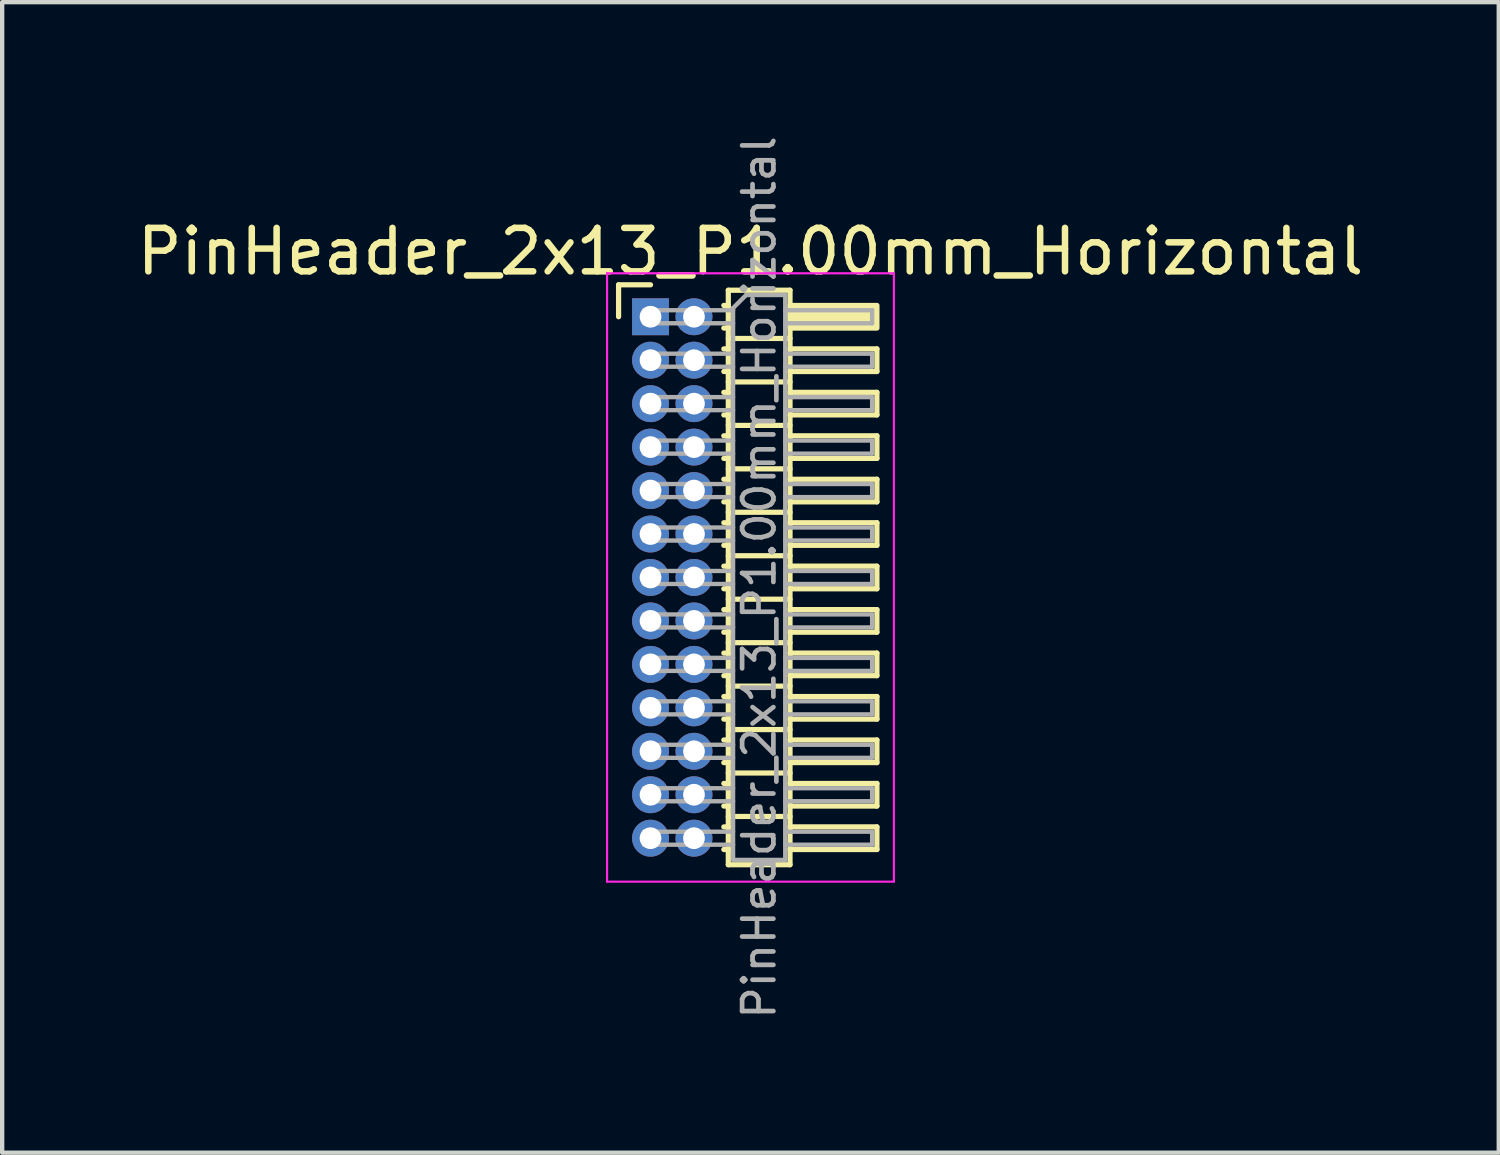
<source format=kicad_pcb>
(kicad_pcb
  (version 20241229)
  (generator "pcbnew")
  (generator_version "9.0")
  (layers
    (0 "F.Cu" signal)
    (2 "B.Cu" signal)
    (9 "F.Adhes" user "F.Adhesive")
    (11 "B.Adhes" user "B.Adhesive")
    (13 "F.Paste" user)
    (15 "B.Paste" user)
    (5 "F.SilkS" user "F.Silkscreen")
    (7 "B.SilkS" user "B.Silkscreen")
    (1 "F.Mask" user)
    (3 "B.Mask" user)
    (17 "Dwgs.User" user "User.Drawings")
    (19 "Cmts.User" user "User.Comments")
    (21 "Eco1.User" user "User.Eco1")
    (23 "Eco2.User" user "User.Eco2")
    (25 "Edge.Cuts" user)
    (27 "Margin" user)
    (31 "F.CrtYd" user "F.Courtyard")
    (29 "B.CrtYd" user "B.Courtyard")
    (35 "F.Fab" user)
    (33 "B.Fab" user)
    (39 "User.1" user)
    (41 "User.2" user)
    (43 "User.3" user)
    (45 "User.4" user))
  (footprint "PinHeader_2x13_P1.00mm_Horizontal"
    (layer "F.Cu")
    (at 11.92 4.239)
    (property "Reference" "PinHeader_2x13_P1.00mm_Horizontal" (at 2.3 -1.5 0) (layer "F.SilkS") (effects (font (size 1 1) (thickness 0.15))))
    (attr through_hole)
    (fp_line (start -0.735 -0.735) (end 0 -0.735) (stroke (width 0.12) (type solid)) (layer "F.SilkS"))
    (fp_line (start -0.735 0) (end -0.735 -0.735) (stroke (width 0.12) (type solid)) (layer "F.SilkS"))
    (fp_line (start 1.687 -0.26) (end 1.79 -0.26) (stroke (width 0.12) (type solid)) (layer "F.SilkS"))
    (fp_line (start 1.687 0.26) (end 1.79 0.26) (stroke (width 0.12) (type solid)) (layer "F.SilkS"))
    (fp_line (start 1.687 0.74) (end 1.79 0.74) (stroke (width 0.12) (type solid)) (layer "F.SilkS"))
    (fp_line (start 1.687 1.26) (end 1.79 1.26) (stroke (width 0.12) (type solid)) (layer "F.SilkS"))
    (fp_line (start 1.687 1.74) (end 1.79 1.74) (stroke (width 0.12) (type solid)) (layer "F.SilkS"))
    (fp_line (start 1.687 2.26) (end 1.79 2.26) (stroke (width 0.12) (type solid)) (layer "F.SilkS"))
    (fp_line (start 1.687 2.74) (end 1.79 2.74) (stroke (width 0.12) (type solid)) (layer "F.SilkS"))
    (fp_line (start 1.687 3.26) (end 1.79 3.26) (stroke (width 0.12) (type solid)) (layer "F.SilkS"))
    (fp_line (start 1.687 3.74) (end 1.79 3.74) (stroke (width 0.12) (type solid)) (layer "F.SilkS"))
    (fp_line (start 1.687 4.26) (end 1.79 4.26) (stroke (width 0.12) (type solid)) (layer "F.SilkS"))
    (fp_line (start 1.687 4.74) (end 1.79 4.74) (stroke (width 0.12) (type solid)) (layer "F.SilkS"))
    (fp_line (start 1.687 5.26) (end 1.79 5.26) (stroke (width 0.12) (type solid)) (layer "F.SilkS"))
    (fp_line (start 1.687 5.74) (end 1.79 5.74) (stroke (width 0.12) (type solid)) (layer "F.SilkS"))
    (fp_line (start 1.687 6.26) (end 1.79 6.26) (stroke (width 0.12) (type solid)) (layer "F.SilkS"))
    (fp_line (start 1.687 6.74) (end 1.79 6.74) (stroke (width 0.12) (type solid)) (layer "F.SilkS"))
    (fp_line (start 1.687 7.26) (end 1.79 7.26) (stroke (width 0.12) (type solid)) (layer "F.SilkS"))
    (fp_line (start 1.687 7.74) (end 1.79 7.74) (stroke (width 0.12) (type solid)) (layer "F.SilkS"))
    (fp_line (start 1.687 8.26) (end 1.79 8.26) (stroke (width 0.12) (type solid)) (layer "F.SilkS"))
    (fp_line (start 1.687 8.74) (end 1.79 8.74) (stroke (width 0.12) (type solid)) (layer "F.SilkS"))
    (fp_line (start 1.687 9.26) (end 1.79 9.26) (stroke (width 0.12) (type solid)) (layer "F.SilkS"))
    (fp_line (start 1.687 9.74) (end 1.79 9.74) (stroke (width 0.12) (type solid)) (layer "F.SilkS"))
    (fp_line (start 1.687 10.26) (end 1.79 10.26) (stroke (width 0.12) (type solid)) (layer "F.SilkS"))
    (fp_line (start 1.687 10.74) (end 1.79 10.74) (stroke (width 0.12) (type solid)) (layer "F.SilkS"))
    (fp_line (start 1.687 11.26) (end 1.79 11.26) (stroke (width 0.12) (type solid)) (layer "F.SilkS"))
    (fp_line (start 1.687 11.74) (end 1.79 11.74) (stroke (width 0.12) (type solid)) (layer "F.SilkS"))
    (fp_line (start 1.687 12.26) (end 1.79 12.26) (stroke (width 0.12) (type solid)) (layer "F.SilkS"))
    (fp_line (start 1.79 -0.61) (end 1.79 12.61) (stroke (width 0.12) (type solid)) (layer "F.SilkS"))
    (fp_line (start 1.79 0.5) (end 3.21 0.5) (stroke (width 0.12) (type solid)) (layer "F.SilkS"))
    (fp_line (start 1.79 1.5) (end 3.21 1.5) (stroke (width 0.12) (type solid)) (layer "F.SilkS"))
    (fp_line (start 1.79 2.5) (end 3.21 2.5) (stroke (width 0.12) (type solid)) (layer "F.SilkS"))
    (fp_line (start 1.79 3.5) (end 3.21 3.5) (stroke (width 0.12) (type solid)) (layer "F.SilkS"))
    (fp_line (start 1.79 4.5) (end 3.21 4.5) (stroke (width 0.12) (type solid)) (layer "F.SilkS"))
    (fp_line (start 1.79 5.5) (end 3.21 5.5) (stroke (width 0.12) (type solid)) (layer "F.SilkS"))
    (fp_line (start 1.79 6.5) (end 3.21 6.5) (stroke (width 0.12) (type solid)) (layer "F.SilkS"))
    (fp_line (start 1.79 7.5) (end 3.21 7.5) (stroke (width 0.12) (type solid)) (layer "F.SilkS"))
    (fp_line (start 1.79 8.5) (end 3.21 8.5) (stroke (width 0.12) (type solid)) (layer "F.SilkS"))
    (fp_line (start 1.79 9.5) (end 3.21 9.5) (stroke (width 0.12) (type solid)) (layer "F.SilkS"))
    (fp_line (start 1.79 10.5) (end 3.21 10.5) (stroke (width 0.12) (type solid)) (layer "F.SilkS"))
    (fp_line (start 1.79 11.5) (end 3.21 11.5) (stroke (width 0.12) (type solid)) (layer "F.SilkS"))
    (fp_line (start 1.79 12.61) (end 3.21 12.61) (stroke (width 0.12) (type solid)) (layer "F.SilkS"))
    (fp_line (start 3.21 -0.61) (end 1.79 -0.61) (stroke (width 0.12) (type solid)) (layer "F.SilkS"))
    (fp_line (start 3.21 0.74) (end 5.21 0.74) (stroke (width 0.12) (type solid)) (layer "F.SilkS"))
    (fp_line (start 3.21 1.74) (end 5.21 1.74) (stroke (width 0.12) (type solid)) (layer "F.SilkS"))
    (fp_line (start 3.21 2.74) (end 5.21 2.74) (stroke (width 0.12) (type solid)) (layer "F.SilkS"))
    (fp_line (start 3.21 3.74) (end 5.21 3.74) (stroke (width 0.12) (type solid)) (layer "F.SilkS"))
    (fp_line (start 3.21 4.74) (end 5.21 4.74) (stroke (width 0.12) (type solid)) (layer "F.SilkS"))
    (fp_line (start 3.21 5.74) (end 5.21 5.74) (stroke (width 0.12) (type solid)) (layer "F.SilkS"))
    (fp_line (start 3.21 6.74) (end 5.21 6.74) (stroke (width 0.12) (type solid)) (layer "F.SilkS"))
    (fp_line (start 3.21 7.74) (end 5.21 7.74) (stroke (width 0.12) (type solid)) (layer "F.SilkS"))
    (fp_line (start 3.21 8.74) (end 5.21 8.74) (stroke (width 0.12) (type solid)) (layer "F.SilkS"))
    (fp_line (start 3.21 9.74) (end 5.21 9.74) (stroke (width 0.12) (type solid)) (layer "F.SilkS"))
    (fp_line (start 3.21 10.74) (end 5.21 10.74) (stroke (width 0.12) (type solid)) (layer "F.SilkS"))
    (fp_line (start 3.21 11.74) (end 5.21 11.74) (stroke (width 0.12) (type solid)) (layer "F.SilkS"))
    (fp_line (start 3.21 12.61) (end 3.21 -0.61) (stroke (width 0.12) (type solid)) (layer "F.SilkS"))
    (fp_line (start 5.21 0.74) (end 5.21 1.26) (stroke (width 0.12) (type solid)) (layer "F.SilkS"))
    (fp_line (start 5.21 1.26) (end 3.21 1.26) (stroke (width 0.12) (type solid)) (layer "F.SilkS"))
    (fp_line (start 5.21 1.74) (end 5.21 2.26) (stroke (width 0.12) (type solid)) (layer "F.SilkS"))
    (fp_line (start 5.21 2.26) (end 3.21 2.26) (stroke (width 0.12) (type solid)) (layer "F.SilkS"))
    (fp_line (start 5.21 2.74) (end 5.21 3.26) (stroke (width 0.12) (type solid)) (layer "F.SilkS"))
    (fp_line (start 5.21 3.26) (end 3.21 3.26) (stroke (width 0.12) (type solid)) (layer "F.SilkS"))
    (fp_line (start 5.21 3.74) (end 5.21 4.26) (stroke (width 0.12) (type solid)) (layer "F.SilkS"))
    (fp_line (start 5.21 4.26) (end 3.21 4.26) (stroke (width 0.12) (type solid)) (layer "F.SilkS"))
    (fp_line (start 5.21 4.74) (end 5.21 5.26) (stroke (width 0.12) (type solid)) (layer "F.SilkS"))
    (fp_line (start 5.21 5.26) (end 3.21 5.26) (stroke (width 0.12) (type solid)) (layer "F.SilkS"))
    (fp_line (start 5.21 5.74) (end 5.21 6.26) (stroke (width 0.12) (type solid)) (layer "F.SilkS"))
    (fp_line (start 5.21 6.26) (end 3.21 6.26) (stroke (width 0.12) (type solid)) (layer "F.SilkS"))
    (fp_line (start 5.21 6.74) (end 5.21 7.26) (stroke (width 0.12) (type solid)) (layer "F.SilkS"))
    (fp_line (start 5.21 7.26) (end 3.21 7.26) (stroke (width 0.12) (type solid)) (layer "F.SilkS"))
    (fp_line (start 5.21 7.74) (end 5.21 8.26) (stroke (width 0.12) (type solid)) (layer "F.SilkS"))
    (fp_line (start 5.21 8.26) (end 3.21 8.26) (stroke (width 0.12) (type solid)) (layer "F.SilkS"))
    (fp_line (start 5.21 8.74) (end 5.21 9.26) (stroke (width 0.12) (type solid)) (layer "F.SilkS"))
    (fp_line (start 5.21 9.26) (end 3.21 9.26) (stroke (width 0.12) (type solid)) (layer "F.SilkS"))
    (fp_line (start 5.21 9.74) (end 5.21 10.26) (stroke (width 0.12) (type solid)) (layer "F.SilkS"))
    (fp_line (start 5.21 10.26) (end 3.21 10.26) (stroke (width 0.12) (type solid)) (layer "F.SilkS"))
    (fp_line (start 5.21 10.74) (end 5.21 11.26) (stroke (width 0.12) (type solid)) (layer "F.SilkS"))
    (fp_line (start 5.21 11.26) (end 3.21 11.26) (stroke (width 0.12) (type solid)) (layer "F.SilkS"))
    (fp_line (start 5.21 11.74) (end 5.21 12.26) (stroke (width 0.12) (type solid)) (layer "F.SilkS"))
    (fp_line (start 5.21 12.26) (end 3.21 12.26) (stroke (width 0.12) (type solid)) (layer "F.SilkS"))
    (fp_rect (start 3.21 -0.26) (end 5.21 0.26) (stroke (width 0.12) (type solid)) (fill yes) (layer "F.SilkS"))
    (fp_line (start -1 -1) (end -1 13) (stroke (width 0.05) (type solid)) (layer "F.CrtYd"))
    (fp_line (start -1 13) (end 5.6 13) (stroke (width 0.05) (type solid)) (layer "F.CrtYd"))
    (fp_line (start 5.6 -1) (end -1 -1) (stroke (width 0.05) (type solid)) (layer "F.CrtYd"))
    (fp_line (start 5.6 13) (end 5.6 -1) (stroke (width 0.05) (type solid)) (layer "F.CrtYd"))
    (fp_line (start -0.15 -0.15) (end -0.15 0.15) (stroke (width 0.1) (type solid)) (layer "F.Fab"))
    (fp_line (start -0.15 -0.15) (end 1.9 -0.15) (stroke (width 0.1) (type solid)) (layer "F.Fab"))
    (fp_line (start -0.15 0.15) (end 1.9 0.15) (stroke (width 0.1) (type solid)) (layer "F.Fab"))
    (fp_line (start -0.15 0.85) (end -0.15 1.15) (stroke (width 0.1) (type solid)) (layer "F.Fab"))
    (fp_line (start -0.15 0.85) (end 1.9 0.85) (stroke (width 0.1) (type solid)) (layer "F.Fab"))
    (fp_line (start -0.15 1.15) (end 1.9 1.15) (stroke (width 0.1) (type solid)) (layer "F.Fab"))
    (fp_line (start -0.15 1.85) (end -0.15 2.15) (stroke (width 0.1) (type solid)) (layer "F.Fab"))
    (fp_line (start -0.15 1.85) (end 1.9 1.85) (stroke (width 0.1) (type solid)) (layer "F.Fab"))
    (fp_line (start -0.15 2.15) (end 1.9 2.15) (stroke (width 0.1) (type solid)) (layer "F.Fab"))
    (fp_line (start -0.15 2.85) (end -0.15 3.15) (stroke (width 0.1) (type solid)) (layer "F.Fab"))
    (fp_line (start -0.15 2.85) (end 1.9 2.85) (stroke (width 0.1) (type solid)) (layer "F.Fab"))
    (fp_line (start -0.15 3.15) (end 1.9 3.15) (stroke (width 0.1) (type solid)) (layer "F.Fab"))
    (fp_line (start -0.15 3.85) (end -0.15 4.15) (stroke (width 0.1) (type solid)) (layer "F.Fab"))
    (fp_line (start -0.15 3.85) (end 1.9 3.85) (stroke (width 0.1) (type solid)) (layer "F.Fab"))
    (fp_line (start -0.15 4.15) (end 1.9 4.15) (stroke (width 0.1) (type solid)) (layer "F.Fab"))
    (fp_line (start -0.15 4.85) (end -0.15 5.15) (stroke (width 0.1) (type solid)) (layer "F.Fab"))
    (fp_line (start -0.15 4.85) (end 1.9 4.85) (stroke (width 0.1) (type solid)) (layer "F.Fab"))
    (fp_line (start -0.15 5.15) (end 1.9 5.15) (stroke (width 0.1) (type solid)) (layer "F.Fab"))
    (fp_line (start -0.15 5.85) (end -0.15 6.15) (stroke (width 0.1) (type solid)) (layer "F.Fab"))
    (fp_line (start -0.15 5.85) (end 1.9 5.85) (stroke (width 0.1) (type solid)) (layer "F.Fab"))
    (fp_line (start -0.15 6.15) (end 1.9 6.15) (stroke (width 0.1) (type solid)) (layer "F.Fab"))
    (fp_line (start -0.15 6.85) (end -0.15 7.15) (stroke (width 0.1) (type solid)) (layer "F.Fab"))
    (fp_line (start -0.15 6.85) (end 1.9 6.85) (stroke (width 0.1) (type solid)) (layer "F.Fab"))
    (fp_line (start -0.15 7.15) (end 1.9 7.15) (stroke (width 0.1) (type solid)) (layer "F.Fab"))
    (fp_line (start -0.15 7.85) (end -0.15 8.15) (stroke (width 0.1) (type solid)) (layer "F.Fab"))
    (fp_line (start -0.15 7.85) (end 1.9 7.85) (stroke (width 0.1) (type solid)) (layer "F.Fab"))
    (fp_line (start -0.15 8.15) (end 1.9 8.15) (stroke (width 0.1) (type solid)) (layer "F.Fab"))
    (fp_line (start -0.15 8.85) (end -0.15 9.15) (stroke (width 0.1) (type solid)) (layer "F.Fab"))
    (fp_line (start -0.15 8.85) (end 1.9 8.85) (stroke (width 0.1) (type solid)) (layer "F.Fab"))
    (fp_line (start -0.15 9.15) (end 1.9 9.15) (stroke (width 0.1) (type solid)) (layer "F.Fab"))
    (fp_line (start -0.15 9.85) (end -0.15 10.15) (stroke (width 0.1) (type solid)) (layer "F.Fab"))
    (fp_line (start -0.15 9.85) (end 1.9 9.85) (stroke (width 0.1) (type solid)) (layer "F.Fab"))
    (fp_line (start -0.15 10.15) (end 1.9 10.15) (stroke (width 0.1) (type solid)) (layer "F.Fab"))
    (fp_line (start -0.15 10.85) (end -0.15 11.15) (stroke (width 0.1) (type solid)) (layer "F.Fab"))
    (fp_line (start -0.15 10.85) (end 1.9 10.85) (stroke (width 0.1) (type solid)) (layer "F.Fab"))
    (fp_line (start -0.15 11.15) (end 1.9 11.15) (stroke (width 0.1) (type solid)) (layer "F.Fab"))
    (fp_line (start -0.15 11.85) (end -0.15 12.15) (stroke (width 0.1) (type solid)) (layer "F.Fab"))
    (fp_line (start -0.15 11.85) (end 1.9 11.85) (stroke (width 0.1) (type solid)) (layer "F.Fab"))
    (fp_line (start -0.15 12.15) (end 1.9 12.15) (stroke (width 0.1) (type solid)) (layer "F.Fab"))
    (fp_line (start 1.9 -0.2) (end 2.2 -0.5) (stroke (width 0.1) (type solid)) (layer "F.Fab"))
    (fp_line (start 1.9 12.5) (end 1.9 -0.2) (stroke (width 0.1) (type solid)) (layer "F.Fab"))
    (fp_line (start 2.2 -0.5) (end 3.1 -0.5) (stroke (width 0.1) (type solid)) (layer "F.Fab"))
    (fp_line (start 3.1 -0.5) (end 3.1 12.5) (stroke (width 0.1) (type solid)) (layer "F.Fab"))
    (fp_line (start 3.1 -0.15) (end 5.1 -0.15) (stroke (width 0.1) (type solid)) (layer "F.Fab"))
    (fp_line (start 3.1 0.15) (end 5.1 0.15) (stroke (width 0.1) (type solid)) (layer "F.Fab"))
    (fp_line (start 3.1 0.85) (end 5.1 0.85) (stroke (width 0.1) (type solid)) (layer "F.Fab"))
    (fp_line (start 3.1 1.15) (end 5.1 1.15) (stroke (width 0.1) (type solid)) (layer "F.Fab"))
    (fp_line (start 3.1 1.85) (end 5.1 1.85) (stroke (width 0.1) (type solid)) (layer "F.Fab"))
    (fp_line (start 3.1 2.15) (end 5.1 2.15) (stroke (width 0.1) (type solid)) (layer "F.Fab"))
    (fp_line (start 3.1 2.85) (end 5.1 2.85) (stroke (width 0.1) (type solid)) (layer "F.Fab"))
    (fp_line (start 3.1 3.15) (end 5.1 3.15) (stroke (width 0.1) (type solid)) (layer "F.Fab"))
    (fp_line (start 3.1 3.85) (end 5.1 3.85) (stroke (width 0.1) (type solid)) (layer "F.Fab"))
    (fp_line (start 3.1 4.15) (end 5.1 4.15) (stroke (width 0.1) (type solid)) (layer "F.Fab"))
    (fp_line (start 3.1 4.85) (end 5.1 4.85) (stroke (width 0.1) (type solid)) (layer "F.Fab"))
    (fp_line (start 3.1 5.15) (end 5.1 5.15) (stroke (width 0.1) (type solid)) (layer "F.Fab"))
    (fp_line (start 3.1 5.85) (end 5.1 5.85) (stroke (width 0.1) (type solid)) (layer "F.Fab"))
    (fp_line (start 3.1 6.15) (end 5.1 6.15) (stroke (width 0.1) (type solid)) (layer "F.Fab"))
    (fp_line (start 3.1 6.85) (end 5.1 6.85) (stroke (width 0.1) (type solid)) (layer "F.Fab"))
    (fp_line (start 3.1 7.15) (end 5.1 7.15) (stroke (width 0.1) (type solid)) (layer "F.Fab"))
    (fp_line (start 3.1 7.85) (end 5.1 7.85) (stroke (width 0.1) (type solid)) (layer "F.Fab"))
    (fp_line (start 3.1 8.15) (end 5.1 8.15) (stroke (width 0.1) (type solid)) (layer "F.Fab"))
    (fp_line (start 3.1 8.85) (end 5.1 8.85) (stroke (width 0.1) (type solid)) (layer "F.Fab"))
    (fp_line (start 3.1 9.15) (end 5.1 9.15) (stroke (width 0.1) (type solid)) (layer "F.Fab"))
    (fp_line (start 3.1 9.85) (end 5.1 9.85) (stroke (width 0.1) (type solid)) (layer "F.Fab"))
    (fp_line (start 3.1 10.15) (end 5.1 10.15) (stroke (width 0.1) (type solid)) (layer "F.Fab"))
    (fp_line (start 3.1 10.85) (end 5.1 10.85) (stroke (width 0.1) (type solid)) (layer "F.Fab"))
    (fp_line (start 3.1 11.15) (end 5.1 11.15) (stroke (width 0.1) (type solid)) (layer "F.Fab"))
    (fp_line (start 3.1 11.85) (end 5.1 11.85) (stroke (width 0.1) (type solid)) (layer "F.Fab"))
    (fp_line (start 3.1 12.15) (end 5.1 12.15) (stroke (width 0.1) (type solid)) (layer "F.Fab"))
    (fp_line (start 3.1 12.5) (end 1.9 12.5) (stroke (width 0.1) (type solid)) (layer "F.Fab"))
    (fp_line (start 5.1 -0.15) (end 5.1 0.15) (stroke (width 0.1) (type solid)) (layer "F.Fab"))
    (fp_line (start 5.1 0.85) (end 5.1 1.15) (stroke (width 0.1) (type solid)) (layer "F.Fab"))
    (fp_line (start 5.1 1.85) (end 5.1 2.15) (stroke (width 0.1) (type solid)) (layer "F.Fab"))
    (fp_line (start 5.1 2.85) (end 5.1 3.15) (stroke (width 0.1) (type solid)) (layer "F.Fab"))
    (fp_line (start 5.1 3.85) (end 5.1 4.15) (stroke (width 0.1) (type solid)) (layer "F.Fab"))
    (fp_line (start 5.1 4.85) (end 5.1 5.15) (stroke (width 0.1) (type solid)) (layer "F.Fab"))
    (fp_line (start 5.1 5.85) (end 5.1 6.15) (stroke (width 0.1) (type solid)) (layer "F.Fab"))
    (fp_line (start 5.1 6.85) (end 5.1 7.15) (stroke (width 0.1) (type solid)) (layer "F.Fab"))
    (fp_line (start 5.1 7.85) (end 5.1 8.15) (stroke (width 0.1) (type solid)) (layer "F.Fab"))
    (fp_line (start 5.1 8.85) (end 5.1 9.15) (stroke (width 0.1) (type solid)) (layer "F.Fab"))
    (fp_line (start 5.1 9.85) (end 5.1 10.15) (stroke (width 0.1) (type solid)) (layer "F.Fab"))
    (fp_line (start 5.1 10.85) (end 5.1 11.15) (stroke (width 0.1) (type solid)) (layer "F.Fab"))
    (fp_line (start 5.1 11.85) (end 5.1 12.15) (stroke (width 0.1) (type solid)) (layer "F.Fab"))
    (fp_text user "${REFERENCE}" (at 2.5 6 90) (layer "F.Fab") (effects (font (size 0.72 0.72) (thickness 0.108))))
    (pad "1" thru_hole rect (at 0 0) (size 0.85 0.85) (drill 0.5) (layers "*.Cu" "*.Mask"))
    (pad "2" thru_hole circle (at 1 0) (size 0.85 0.85) (drill 0.5) (layers "*.Cu" "*.Mask"))
    (pad "3" thru_hole circle (at 0 1) (size 0.85 0.85) (drill 0.5) (layers "*.Cu" "*.Mask"))
    (pad "4" thru_hole circle (at 1 1) (size 0.85 0.85) (drill 0.5) (layers "*.Cu" "*.Mask"))
    (pad "5" thru_hole circle (at 0 2) (size 0.85 0.85) (drill 0.5) (layers "*.Cu" "*.Mask"))
    (pad "6" thru_hole circle (at 1 2) (size 0.85 0.85) (drill 0.5) (layers "*.Cu" "*.Mask"))
    (pad "7" thru_hole circle (at 0 3) (size 0.85 0.85) (drill 0.5) (layers "*.Cu" "*.Mask"))
    (pad "8" thru_hole circle (at 1 3) (size 0.85 0.85) (drill 0.5) (layers "*.Cu" "*.Mask"))
    (pad "9" thru_hole circle (at 0 4) (size 0.85 0.85) (drill 0.5) (layers "*.Cu" "*.Mask"))
    (pad "10" thru_hole circle (at 1 4) (size 0.85 0.85) (drill 0.5) (layers "*.Cu" "*.Mask"))
    (pad "11" thru_hole circle (at 0 5) (size 0.85 0.85) (drill 0.5) (layers "*.Cu" "*.Mask"))
    (pad "12" thru_hole circle (at 1 5) (size 0.85 0.85) (drill 0.5) (layers "*.Cu" "*.Mask"))
    (pad "13" thru_hole circle (at 0 6) (size 0.85 0.85) (drill 0.5) (layers "*.Cu" "*.Mask"))
    (pad "14" thru_hole circle (at 1 6) (size 0.85 0.85) (drill 0.5) (layers "*.Cu" "*.Mask"))
    (pad "15" thru_hole circle (at 0 7) (size 0.85 0.85) (drill 0.5) (layers "*.Cu" "*.Mask"))
    (pad "16" thru_hole circle (at 1 7) (size 0.85 0.85) (drill 0.5) (layers "*.Cu" "*.Mask"))
    (pad "17" thru_hole circle (at 0 8) (size 0.85 0.85) (drill 0.5) (layers "*.Cu" "*.Mask"))
    (pad "18" thru_hole circle (at 1 8) (size 0.85 0.85) (drill 0.5) (layers "*.Cu" "*.Mask"))
    (pad "19" thru_hole circle (at 0 9) (size 0.85 0.85) (drill 0.5) (layers "*.Cu" "*.Mask"))
    (pad "20" thru_hole circle (at 1 9) (size 0.85 0.85) (drill 0.5) (layers "*.Cu" "*.Mask"))
    (pad "21" thru_hole circle (at 0 10) (size 0.85 0.85) (drill 0.5) (layers "*.Cu" "*.Mask"))
    (pad "22" thru_hole circle (at 1 10) (size 0.85 0.85) (drill 0.5) (layers "*.Cu" "*.Mask"))
    (pad "23" thru_hole circle (at 0 11) (size 0.85 0.85) (drill 0.5) (layers "*.Cu" "*.Mask"))
    (pad "24" thru_hole circle (at 1 11) (size 0.85 0.85) (drill 0.5) (layers "*.Cu" "*.Mask"))
    (pad "25" thru_hole circle (at 0 12) (size 0.85 0.85) (drill 0.5) (layers "*.Cu" "*.Mask"))
    (pad "26" thru_hole circle (at 1 12) (size 0.85 0.85) (drill 0.5) (layers "*.Cu" "*.Mask")))
  (gr_rect
    (start -3 -3)
    (end 31.44 23.477)
    (stroke (width 0.1) (type default))
    (fill no)
    (layer "Edge.Cuts")))
</source>
